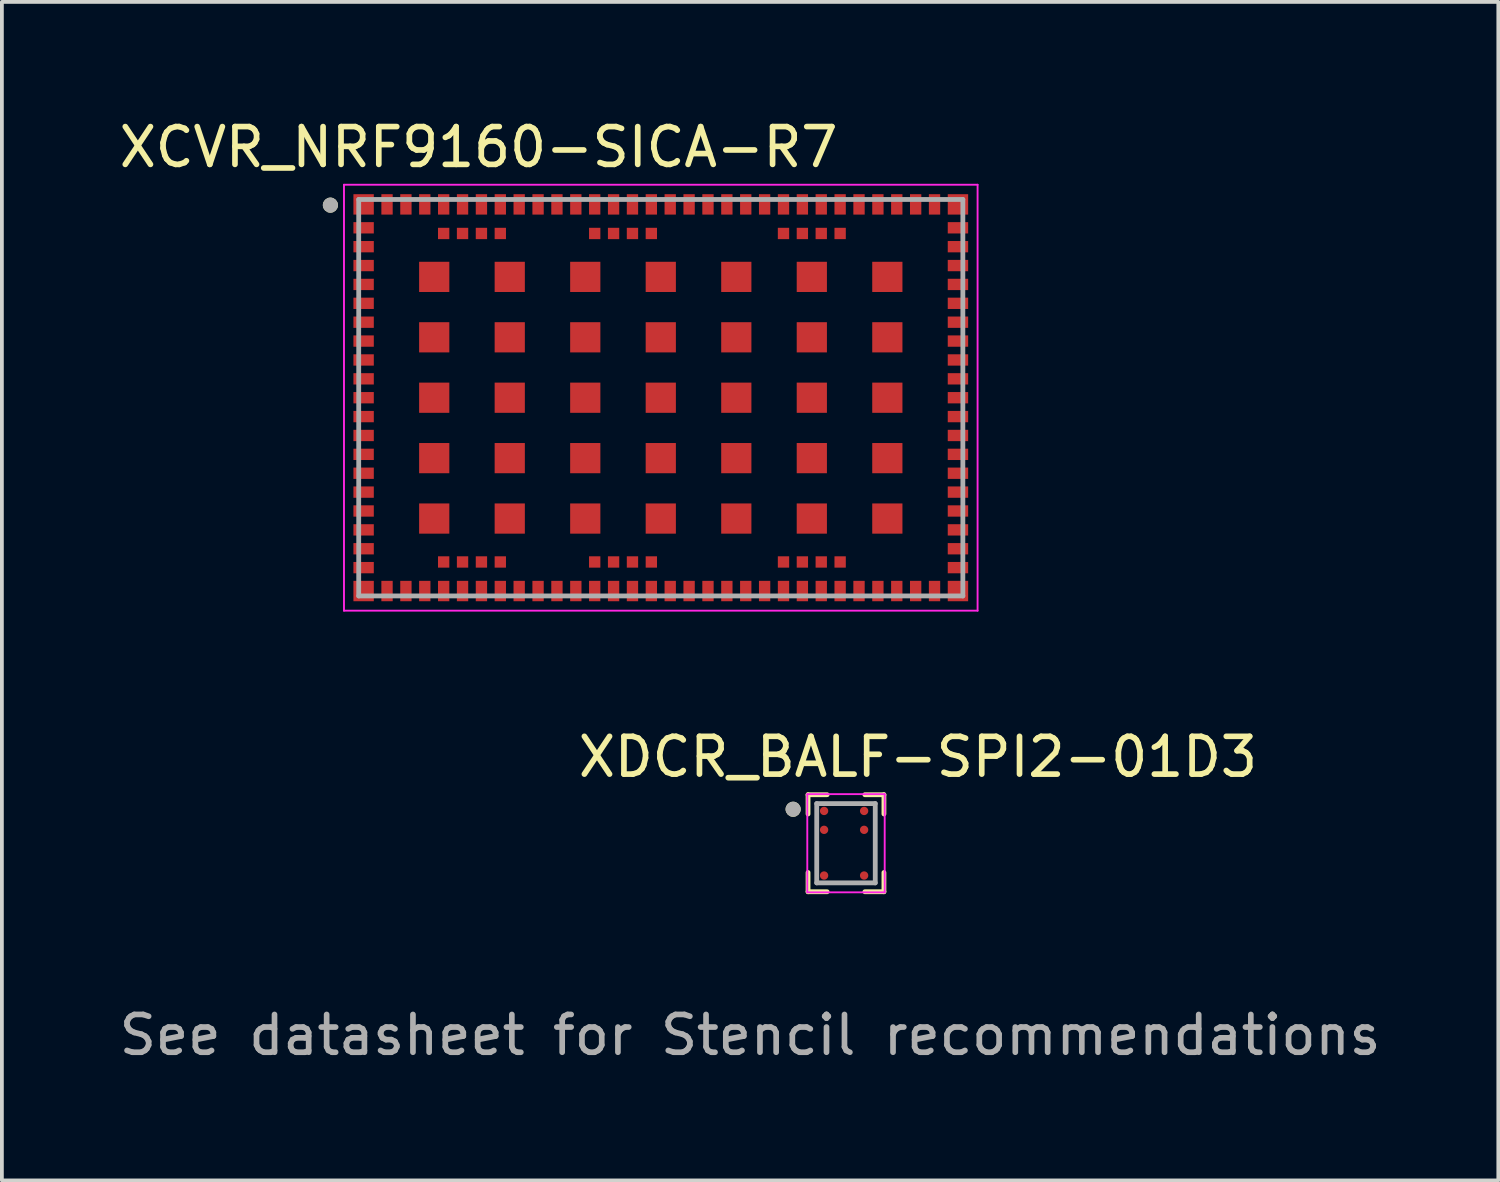
<source format=kicad_pcb>
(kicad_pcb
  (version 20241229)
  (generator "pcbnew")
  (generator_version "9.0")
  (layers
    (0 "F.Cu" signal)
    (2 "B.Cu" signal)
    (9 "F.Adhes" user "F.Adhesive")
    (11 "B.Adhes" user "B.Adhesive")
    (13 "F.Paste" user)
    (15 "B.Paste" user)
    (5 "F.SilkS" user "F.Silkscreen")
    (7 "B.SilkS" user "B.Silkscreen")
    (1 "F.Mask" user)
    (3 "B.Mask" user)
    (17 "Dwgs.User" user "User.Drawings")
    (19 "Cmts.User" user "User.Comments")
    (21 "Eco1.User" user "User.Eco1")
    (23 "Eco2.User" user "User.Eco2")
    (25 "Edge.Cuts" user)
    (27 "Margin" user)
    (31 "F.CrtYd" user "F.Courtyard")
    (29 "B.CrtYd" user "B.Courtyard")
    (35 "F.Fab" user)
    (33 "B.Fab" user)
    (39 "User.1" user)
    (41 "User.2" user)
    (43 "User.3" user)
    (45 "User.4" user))
  (footprint "XCVR_NRF9160-SICA-R7"
    (layer "F.Cu")
    (at 14.45 7.483)
    (property "Reference" "XCVR_NRF9160-SICA-R7" (at -4.825 -6.635 0) (layer "F.SilkS") (effects (font (size 1 1) (thickness 0.15))))
    (attr smd)
    (fp_circle (center -8.75 -5.1) (end -8.65 -5.1) (stroke (width 0.2) (type solid)) (fill no) (layer "F.SilkS"))
    (fp_line (start -8.39 -5.64) (end 8.39 -5.64) (stroke (width 0.05) (type solid)) (layer "F.CrtYd"))
    (fp_line (start -8.39 5.64) (end -8.39 -5.64) (stroke (width 0.05) (type solid)) (layer "F.CrtYd"))
    (fp_line (start 8.39 -5.64) (end 8.39 5.64) (stroke (width 0.05) (type solid)) (layer "F.CrtYd"))
    (fp_line (start 8.39 5.64) (end -8.39 5.64) (stroke (width 0.05) (type solid)) (layer "F.CrtYd"))
    (fp_line (start -8 -5.25) (end 8 -5.25) (stroke (width 0.127) (type solid)) (layer "F.Fab"))
    (fp_line (start -8 5.25) (end -8 -5.25) (stroke (width 0.127) (type solid)) (layer "F.Fab"))
    (fp_line (start 8 -5.25) (end 8 5.25) (stroke (width 0.127) (type solid)) (layer "F.Fab"))
    (fp_line (start 8 5.25) (end -8 5.25) (stroke (width 0.127) (type solid)) (layer "F.Fab"))
    (fp_circle (center -8.75 -5.1) (end -8.65 -5.1) (stroke (width 0.2) (type solid)) (fill no) (layer "F.Fab"))
    (pad "1" smd rect (at -7.87 -5.12) (size 0.54 0.54) (layers "F.Cu" "F.Mask" "F.Paste"))
    (pad "2" smd rect (at -7.87 -4.5) (size 0.54 0.3) (layers "F.Cu" "F.Mask" "F.Paste"))
    (pad "3" smd rect (at -7.87 -4) (size 0.54 0.3) (layers "F.Cu" "F.Mask" "F.Paste"))
    (pad "4" smd rect (at -7.87 -3.5) (size 0.54 0.3) (layers "F.Cu" "F.Mask" "F.Paste"))
    (pad "5" smd rect (at -7.87 -3) (size 0.54 0.3) (layers "F.Cu" "F.Mask" "F.Paste"))
    (pad "6" smd rect (at -7.87 -2.5) (size 0.54 0.3) (layers "F.Cu" "F.Mask" "F.Paste"))
    (pad "7" smd rect (at -7.87 -2) (size 0.54 0.3) (layers "F.Cu" "F.Mask" "F.Paste"))
    (pad "8" smd rect (at -7.87 -1.5) (size 0.54 0.3) (layers "F.Cu" "F.Mask" "F.Paste"))
    (pad "9" smd rect (at -7.87 -1) (size 0.54 0.3) (layers "F.Cu" "F.Mask" "F.Paste"))
    (pad "10" smd rect (at -7.87 -0.5) (size 0.54 0.3) (layers "F.Cu" "F.Mask" "F.Paste"))
    (pad "11" smd rect (at -7.87 0) (size 0.54 0.3) (layers "F.Cu" "F.Mask" "F.Paste"))
    (pad "12" smd rect (at -7.87 0.5) (size 0.54 0.3) (layers "F.Cu" "F.Mask" "F.Paste"))
    (pad "13" smd rect (at -7.87 1) (size 0.54 0.3) (layers "F.Cu" "F.Mask" "F.Paste"))
    (pad "14" smd rect (at -7.87 1.5) (size 0.54 0.3) (layers "F.Cu" "F.Mask" "F.Paste"))
    (pad "15" smd rect (at -7.87 2) (size 0.54 0.3) (layers "F.Cu" "F.Mask" "F.Paste"))
    (pad "16" smd rect (at -7.87 2.5) (size 0.54 0.3) (layers "F.Cu" "F.Mask" "F.Paste"))
    (pad "17" smd rect (at -7.87 3) (size 0.54 0.3) (layers "F.Cu" "F.Mask" "F.Paste"))
    (pad "18" smd rect (at -7.87 3.5) (size 0.54 0.3) (layers "F.Cu" "F.Mask" "F.Paste"))
    (pad "19" smd rect (at -7.87 4) (size 0.54 0.3) (layers "F.Cu" "F.Mask" "F.Paste"))
    (pad "20" smd rect (at -7.87 4.5) (size 0.54 0.3) (layers "F.Cu" "F.Mask" "F.Paste"))
    (pad "21" smd rect (at -7.87 5.12) (size 0.54 0.54) (layers "F.Cu" "F.Mask" "F.Paste"))
    (pad "22" smd rect (at -7.25 5.12) (size 0.3 0.54) (layers "F.Cu" "F.Mask" "F.Paste"))
    (pad "23" smd rect (at -6.75 5.12) (size 0.3 0.54) (layers "F.Cu" "F.Mask" "F.Paste"))
    (pad "24" smd rect (at -6.25 5.12) (size 0.3 0.54) (layers "F.Cu" "F.Mask" "F.Paste"))
    (pad "25" smd rect (at -5.75 5.12) (size 0.3 0.54) (layers "F.Cu" "F.Mask" "F.Paste"))
    (pad "26" smd rect (at -5.25 5.12) (size 0.3 0.54) (layers "F.Cu" "F.Mask" "F.Paste"))
    (pad "27" smd rect (at -4.75 5.12) (size 0.3 0.54) (layers "F.Cu" "F.Mask" "F.Paste"))
    (pad "28" smd rect (at -4.25 5.12) (size 0.3 0.54) (layers "F.Cu" "F.Mask" "F.Paste"))
    (pad "29" smd rect (at -3.75 5.12) (size 0.3 0.54) (layers "F.Cu" "F.Mask" "F.Paste"))
    (pad "30" smd rect (at -3.25 5.12) (size 0.3 0.54) (layers "F.Cu" "F.Mask" "F.Paste"))
    (pad "31" smd rect (at -2.75 5.12) (size 0.3 0.54) (layers "F.Cu" "F.Mask" "F.Paste"))
    (pad "32" smd rect (at -2.25 5.12) (size 0.3 0.54) (layers "F.Cu" "F.Mask" "F.Paste"))
    (pad "33" smd rect (at -1.75 5.12) (size 0.3 0.54) (layers "F.Cu" "F.Mask" "F.Paste"))
    (pad "34" smd rect (at -1.25 5.12) (size 0.3 0.54) (layers "F.Cu" "F.Mask" "F.Paste"))
    (pad "35" smd rect (at -0.75 5.12) (size 0.3 0.54) (layers "F.Cu" "F.Mask" "F.Paste"))
    (pad "36" smd rect (at -0.25 5.12) (size 0.3 0.54) (layers "F.Cu" "F.Mask" "F.Paste"))
    (pad "37" smd rect (at 0.25 5.12) (size 0.3 0.54) (layers "F.Cu" "F.Mask" "F.Paste"))
    (pad "38" smd rect (at 0.75 5.12) (size 0.3 0.54) (layers "F.Cu" "F.Mask" "F.Paste"))
    (pad "39" smd rect (at 1.25 5.12) (size 0.3 0.54) (layers "F.Cu" "F.Mask" "F.Paste"))
    (pad "40" smd rect (at 1.75 5.12) (size 0.3 0.54) (layers "F.Cu" "F.Mask" "F.Paste"))
    (pad "41" smd rect (at 2.25 5.12) (size 0.3 0.54) (layers "F.Cu" "F.Mask" "F.Paste"))
    (pad "42" smd rect (at 2.75 5.12) (size 0.3 0.54) (layers "F.Cu" "F.Mask" "F.Paste"))
    (pad "43" smd rect (at 3.25 5.12) (size 0.3 0.54) (layers "F.Cu" "F.Mask" "F.Paste"))
    (pad "44" smd rect (at 3.75 5.12) (size 0.3 0.54) (layers "F.Cu" "F.Mask" "F.Paste"))
    (pad "45" smd rect (at 4.25 5.12) (size 0.3 0.54) (layers "F.Cu" "F.Mask" "F.Paste"))
    (pad "46" smd rect (at 4.75 5.12) (size 0.3 0.54) (layers "F.Cu" "F.Mask" "F.Paste"))
    (pad "47" smd rect (at 5.25 5.12) (size 0.3 0.54) (layers "F.Cu" "F.Mask" "F.Paste"))
    (pad "48" smd rect (at 5.75 5.12) (size 0.3 0.54) (layers "F.Cu" "F.Mask" "F.Paste"))
    (pad "49" smd rect (at 6.25 5.12) (size 0.3 0.54) (layers "F.Cu" "F.Mask" "F.Paste"))
    (pad "50" smd rect (at 6.75 5.12) (size 0.3 0.54) (layers "F.Cu" "F.Mask" "F.Paste"))
    (pad "51" smd rect (at 7.25 5.12) (size 0.3 0.54) (layers "F.Cu" "F.Mask" "F.Paste"))
    (pad "52" smd rect (at 7.87 5.12) (size 0.54 0.54) (layers "F.Cu" "F.Mask" "F.Paste"))
    (pad "53" smd rect (at 7.87 4.5) (size 0.54 0.3) (layers "F.Cu" "F.Mask" "F.Paste"))
    (pad "54" smd rect (at 7.87 4) (size 0.54 0.3) (layers "F.Cu" "F.Mask" "F.Paste"))
    (pad "55" smd rect (at 7.87 3.5) (size 0.54 0.3) (layers "F.Cu" "F.Mask" "F.Paste"))
    (pad "56" smd rect (at 7.87 3) (size 0.54 0.3) (layers "F.Cu" "F.Mask" "F.Paste"))
    (pad "57" smd rect (at 7.87 2.5) (size 0.54 0.3) (layers "F.Cu" "F.Mask" "F.Paste"))
    (pad "58" smd rect (at 7.87 2) (size 0.54 0.3) (layers "F.Cu" "F.Mask" "F.Paste"))
    (pad "59" smd rect (at 7.87 1.5) (size 0.54 0.3) (layers "F.Cu" "F.Mask" "F.Paste"))
    (pad "60" smd rect (at 7.87 1) (size 0.54 0.3) (layers "F.Cu" "F.Mask" "F.Paste"))
    (pad "61" smd rect (at 7.87 0.5) (size 0.54 0.3) (layers "F.Cu" "F.Mask" "F.Paste"))
    (pad "62" smd rect (at 7.87 0) (size 0.54 0.3) (layers "F.Cu" "F.Mask" "F.Paste"))
    (pad "63" smd rect (at 7.87 -0.5) (size 0.54 0.3) (layers "F.Cu" "F.Mask" "F.Paste"))
    (pad "64" smd rect (at 7.87 -1) (size 0.54 0.3) (layers "F.Cu" "F.Mask" "F.Paste"))
    (pad "65" smd rect (at 7.87 -1.5) (size 0.54 0.3) (layers "F.Cu" "F.Mask" "F.Paste"))
    (pad "66" smd rect (at 7.87 -2) (size 0.54 0.3) (layers "F.Cu" "F.Mask" "F.Paste"))
    (pad "67" smd rect (at 7.87 -2.5) (size 0.54 0.3) (layers "F.Cu" "F.Mask" "F.Paste"))
    (pad "68" smd rect (at 7.87 -3) (size 0.54 0.3) (layers "F.Cu" "F.Mask" "F.Paste"))
    (pad "69" smd rect (at 7.87 -3.5) (size 0.54 0.3) (layers "F.Cu" "F.Mask" "F.Paste"))
    (pad "70" smd rect (at 7.87 -4) (size 0.54 0.3) (layers "F.Cu" "F.Mask" "F.Paste"))
    (pad "71" smd rect (at 7.87 -4.5) (size 0.54 0.3) (layers "F.Cu" "F.Mask" "F.Paste"))
    (pad "72" smd rect (at 7.87 -5.12) (size 0.54 0.54) (layers "F.Cu" "F.Mask" "F.Paste"))
    (pad "73" smd rect (at 7.25 -5.12) (size 0.3 0.54) (layers "F.Cu" "F.Mask" "F.Paste"))
    (pad "74" smd rect (at 6.75 -5.12) (size 0.3 0.54) (layers "F.Cu" "F.Mask" "F.Paste"))
    (pad "75" smd rect (at 6.25 -5.12) (size 0.3 0.54) (layers "F.Cu" "F.Mask" "F.Paste"))
    (pad "76" smd rect (at 5.75 -5.12) (size 0.3 0.54) (layers "F.Cu" "F.Mask" "F.Paste"))
    (pad "77" smd rect (at 5.25 -5.12) (size 0.3 0.54) (layers "F.Cu" "F.Mask" "F.Paste"))
    (pad "78" smd rect (at 4.75 -5.12) (size 0.3 0.54) (layers "F.Cu" "F.Mask" "F.Paste"))
    (pad "79" smd rect (at 4.25 -5.12) (size 0.3 0.54) (layers "F.Cu" "F.Mask" "F.Paste"))
    (pad "80" smd rect (at 3.75 -5.12) (size 0.3 0.54) (layers "F.Cu" "F.Mask" "F.Paste"))
    (pad "81" smd rect (at 3.25 -5.12) (size 0.3 0.54) (layers "F.Cu" "F.Mask" "F.Paste"))
    (pad "82" smd rect (at 2.75 -5.12) (size 0.3 0.54) (layers "F.Cu" "F.Mask" "F.Paste"))
    (pad "83" smd rect (at 2.25 -5.12) (size 0.3 0.54) (layers "F.Cu" "F.Mask" "F.Paste"))
    (pad "84" smd rect (at 1.75 -5.12) (size 0.3 0.54) (layers "F.Cu" "F.Mask" "F.Paste"))
    (pad "85" smd rect (at 1.25 -5.12) (size 0.3 0.54) (layers "F.Cu" "F.Mask" "F.Paste"))
    (pad "86" smd rect (at 0.75 -5.12) (size 0.3 0.54) (layers "F.Cu" "F.Mask" "F.Paste"))
    (pad "87" smd rect (at 0.25 -5.12) (size 0.3 0.54) (layers "F.Cu" "F.Mask" "F.Paste"))
    (pad "88" smd rect (at -0.25 -5.12) (size 0.3 0.54) (layers "F.Cu" "F.Mask" "F.Paste"))
    (pad "89" smd rect (at -0.75 -5.12) (size 0.3 0.54) (layers "F.Cu" "F.Mask" "F.Paste"))
    (pad "90" smd rect (at -1.25 -5.12) (size 0.3 0.54) (layers "F.Cu" "F.Mask" "F.Paste"))
    (pad "91" smd rect (at -1.75 -5.12) (size 0.3 0.54) (layers "F.Cu" "F.Mask" "F.Paste"))
    (pad "92" smd rect (at -2.25 -5.12) (size 0.3 0.54) (layers "F.Cu" "F.Mask" "F.Paste"))
    (pad "93" smd rect (at -2.75 -5.12) (size 0.3 0.54) (layers "F.Cu" "F.Mask" "F.Paste"))
    (pad "94" smd rect (at -3.25 -5.12) (size 0.3 0.54) (layers "F.Cu" "F.Mask" "F.Paste"))
    (pad "95" smd rect (at -3.75 -5.12) (size 0.3 0.54) (layers "F.Cu" "F.Mask" "F.Paste"))
    (pad "96" smd rect (at -4.25 -5.12) (size 0.3 0.54) (layers "F.Cu" "F.Mask" "F.Paste"))
    (pad "97" smd rect (at -4.75 -5.12) (size 0.3 0.54) (layers "F.Cu" "F.Mask" "F.Paste"))
    (pad "98" smd rect (at -5.25 -5.12) (size 0.3 0.54) (layers "F.Cu" "F.Mask" "F.Paste"))
    (pad "99" smd rect (at -5.75 -5.12) (size 0.3 0.54) (layers "F.Cu" "F.Mask" "F.Paste"))
    (pad "100" smd rect (at -6.25 -5.12) (size 0.3 0.54) (layers "F.Cu" "F.Mask" "F.Paste"))
    (pad "101" smd rect (at -6.75 -5.12) (size 0.3 0.54) (layers "F.Cu" "F.Mask" "F.Paste"))
    (pad "102" smd rect (at -7.25 -5.12) (size 0.3 0.54) (layers "F.Cu" "F.Mask" "F.Paste"))
    (pad "103_1" smd rect (at -6 -3.2) (size 0.8 0.8) (layers "F.Cu" "F.Mask" "F.Paste"))
    (pad "103_2" smd rect (at -4 -3.2) (size 0.8 0.8) (layers "F.Cu" "F.Mask" "F.Paste"))
    (pad "103_3" smd rect (at -2 -3.2) (size 0.8 0.8) (layers "F.Cu" "F.Mask" "F.Paste"))
    (pad "103_4" smd rect (at 0 -3.2) (size 0.8 0.8) (layers "F.Cu" "F.Mask" "F.Paste"))
    (pad "103_5" smd rect (at 2 -3.2) (size 0.8 0.8) (layers "F.Cu" "F.Mask" "F.Paste"))
    (pad "103_6" smd rect (at 4 -3.2) (size 0.8 0.8) (layers "F.Cu" "F.Mask" "F.Paste"))
    (pad "103_7" smd rect (at 6 -3.2) (size 0.8 0.8) (layers "F.Cu" "F.Mask" "F.Paste"))
    (pad "103_8" smd rect (at -6 -1.6) (size 0.8 0.8) (layers "F.Cu" "F.Mask" "F.Paste"))
    (pad "103_9" smd rect (at -4 -1.6) (size 0.8 0.8) (layers "F.Cu" "F.Mask" "F.Paste"))
    (pad "103_10" smd rect (at -2 -1.6) (size 0.8 0.8) (layers "F.Cu" "F.Mask" "F.Paste"))
    (pad "103_11" smd rect (at 0 -1.6) (size 0.8 0.8) (layers "F.Cu" "F.Mask" "F.Paste"))
    (pad "103_12" smd rect (at 2 -1.6) (size 0.8 0.8) (layers "F.Cu" "F.Mask" "F.Paste"))
    (pad "103_13" smd rect (at 4 -1.6) (size 0.8 0.8) (layers "F.Cu" "F.Mask" "F.Paste"))
    (pad "103_14" smd rect (at 6 -1.6) (size 0.8 0.8) (layers "F.Cu" "F.Mask" "F.Paste"))
    (pad "103_15" smd rect (at -6 0) (size 0.8 0.8) (layers "F.Cu" "F.Mask" "F.Paste"))
    (pad "103_16" smd rect (at -4 0) (size 0.8 0.8) (layers "F.Cu" "F.Mask" "F.Paste"))
    (pad "103_17" smd rect (at -2 0) (size 0.8 0.8) (layers "F.Cu" "F.Mask" "F.Paste"))
    (pad "103_18" smd rect (at 0 0) (size 0.8 0.8) (layers "F.Cu" "F.Mask" "F.Paste"))
    (pad "103_19" smd rect (at 2 0) (size 0.8 0.8) (layers "F.Cu" "F.Mask" "F.Paste"))
    (pad "103_20" smd rect (at 4 0) (size 0.8 0.8) (layers "F.Cu" "F.Mask" "F.Paste"))
    (pad "103_21" smd rect (at 6 0) (size 0.8 0.8) (layers "F.Cu" "F.Mask" "F.Paste"))
    (pad "103_22" smd rect (at -6 1.6) (size 0.8 0.8) (layers "F.Cu" "F.Mask" "F.Paste"))
    (pad "103_23" smd rect (at -4 1.6) (size 0.8 0.8) (layers "F.Cu" "F.Mask" "F.Paste"))
    (pad "103_24" smd rect (at -2 1.6) (size 0.8 0.8) (layers "F.Cu" "F.Mask" "F.Paste"))
    (pad "103_25" smd rect (at 0 1.6) (size 0.8 0.8) (layers "F.Cu" "F.Mask" "F.Paste"))
    (pad "103_26" smd rect (at 2 1.6) (size 0.8 0.8) (layers "F.Cu" "F.Mask" "F.Paste"))
    (pad "103_27" smd rect (at 4 1.6) (size 0.8 0.8) (layers "F.Cu" "F.Mask" "F.Paste"))
    (pad "103_28" smd rect (at 6 1.6) (size 0.8 0.8) (layers "F.Cu" "F.Mask" "F.Paste"))
    (pad "103_29" smd rect (at -6 3.2) (size 0.8 0.8) (layers "F.Cu" "F.Mask" "F.Paste"))
    (pad "103_30" smd rect (at -4 3.2) (size 0.8 0.8) (layers "F.Cu" "F.Mask" "F.Paste"))
    (pad "103_31" smd rect (at -2 3.2) (size 0.8 0.8) (layers "F.Cu" "F.Mask" "F.Paste"))
    (pad "103_32" smd rect (at 0 3.2) (size 0.8 0.8) (layers "F.Cu" "F.Mask" "F.Paste"))
    (pad "103_33" smd rect (at 2 3.2) (size 0.8 0.8) (layers "F.Cu" "F.Mask" "F.Paste"))
    (pad "103_34" smd rect (at 4 3.2) (size 0.8 0.8) (layers "F.Cu" "F.Mask" "F.Paste"))
    (pad "103_35" smd rect (at 6 3.2) (size 0.8 0.8) (layers "F.Cu" "F.Mask" "F.Paste"))
    (pad "104" smd rect (at -5.75 4.35) (size 0.3 0.3) (layers "F.Cu" "F.Mask" "F.Paste"))
    (pad "105" smd rect (at -5.25 4.35) (size 0.3 0.3) (layers "F.Cu" "F.Mask" "F.Paste"))
    (pad "106" smd rect (at -4.75 4.35) (size 0.3 0.3) (layers "F.Cu" "F.Mask" "F.Paste"))
    (pad "107" smd rect (at -4.25 4.35) (size 0.3 0.3) (layers "F.Cu" "F.Mask" "F.Paste"))
    (pad "108" smd rect (at -1.75 4.35) (size 0.3 0.3) (layers "F.Cu" "F.Mask" "F.Paste"))
    (pad "109" smd rect (at -1.25 4.35) (size 0.3 0.3) (layers "F.Cu" "F.Mask" "F.Paste"))
    (pad "110" smd rect (at -0.75 4.35) (size 0.3 0.3) (layers "F.Cu" "F.Mask" "F.Paste"))
    (pad "111" smd rect (at -0.25 4.35) (size 0.3 0.3) (layers "F.Cu" "F.Mask" "F.Paste"))
    (pad "112" smd rect (at 3.25 4.35) (size 0.3 0.3) (layers "F.Cu" "F.Mask" "F.Paste"))
    (pad "113" smd rect (at 3.75 4.35) (size 0.3 0.3) (layers "F.Cu" "F.Mask" "F.Paste"))
    (pad "114" smd rect (at 4.25 4.35) (size 0.3 0.3) (layers "F.Cu" "F.Mask" "F.Paste"))
    (pad "115" smd rect (at 4.75 4.35) (size 0.3 0.3) (layers "F.Cu" "F.Mask" "F.Paste"))
    (pad "116" smd rect (at 4.75 -4.35) (size 0.3 0.3) (layers "F.Cu" "F.Mask" "F.Paste"))
    (pad "117" smd rect (at 4.25 -4.35) (size 0.3 0.3) (layers "F.Cu" "F.Mask" "F.Paste"))
    (pad "118" smd rect (at 3.75 -4.35) (size 0.3 0.3) (layers "F.Cu" "F.Mask" "F.Paste"))
    (pad "119" smd rect (at 3.25 -4.35) (size 0.3 0.3) (layers "F.Cu" "F.Mask" "F.Paste"))
    (pad "120" smd rect (at -0.25 -4.35) (size 0.3 0.3) (layers "F.Cu" "F.Mask" "F.Paste"))
    (pad "121" smd rect (at -0.75 -4.35) (size 0.3 0.3) (layers "F.Cu" "F.Mask" "F.Paste"))
    (pad "122" smd rect (at -1.25 -4.35) (size 0.3 0.3) (layers "F.Cu" "F.Mask" "F.Paste"))
    (pad "123" smd rect (at -1.75 -4.35) (size 0.3 0.3) (layers "F.Cu" "F.Mask" "F.Paste"))
    (pad "124" smd rect (at -4.25 -4.35) (size 0.3 0.3) (layers "F.Cu" "F.Mask" "F.Paste"))
    (pad "125" smd rect (at -4.75 -4.35) (size 0.3 0.3) (layers "F.Cu" "F.Mask" "F.Paste"))
    (pad "126" smd rect (at -5.25 -4.35) (size 0.3 0.3) (layers "F.Cu" "F.Mask" "F.Paste"))
    (pad "127" smd rect (at -5.75 -4.35) (size 0.3 0.3) (layers "F.Cu" "F.Mask" "F.Paste")))
  (footprint "XDCR_BALF-SPI2-01D3"
    (layer "F.Cu")
    (at 19.355 19.282)
    (property "Reference" "XDCR_BALF-SPI2-01D3" (at 1.905 -2.286 0) (layer "F.SilkS") (effects (font (size 1 1) (thickness 0.15))))
    (attr smd)
    (fp_circle (center -0.58 -0.855) (end -0.42 -0.855) (stroke (width 0) (type solid)) (fill yes) (layer "F.Mask"))
    (fp_circle (center -0.58 -0.355) (end -0.42 -0.355) (stroke (width 0) (type solid)) (fill yes) (layer "F.Mask"))
    (fp_circle (center -0.58 0.855) (end -0.42 0.855) (stroke (width 0) (type solid)) (fill yes) (layer "F.Mask"))
    (fp_circle (center 0.48 -0.855) (end 0.64 -0.855) (stroke (width 0) (type solid)) (fill yes) (layer "F.Mask"))
    (fp_circle (center 0.48 -0.355) (end 0.64 -0.355) (stroke (width 0) (type solid)) (fill yes) (layer "F.Mask"))
    (fp_circle (center 0.48 0.855) (end 0.64 0.855) (stroke (width 0) (type solid)) (fill yes) (layer "F.Mask"))
    (fp_line (start -1.005 -1.285) (end -1.005 -0.775) (stroke (width 0.127) (type solid)) (layer "F.SilkS"))
    (fp_line (start -1.005 1.285) (end -1.005 0.775) (stroke (width 0.127) (type solid)) (layer "F.SilkS"))
    (fp_line (start -0.5 -1.285) (end -1.005 -1.285) (stroke (width 0.127) (type solid)) (layer "F.SilkS"))
    (fp_line (start -0.5 1.285) (end -1.005 1.285) (stroke (width 0.127) (type solid)) (layer "F.SilkS"))
    (fp_line (start 0.5 -1.285) (end 1.005 -1.285) (stroke (width 0.127) (type solid)) (layer "F.SilkS"))
    (fp_line (start 0.5 1.285) (end 1.005 1.285) (stroke (width 0.127) (type solid)) (layer "F.SilkS"))
    (fp_line (start 1.005 -1.285) (end 1.005 -0.775) (stroke (width 0.127) (type solid)) (layer "F.SilkS"))
    (fp_line (start 1.005 1.285) (end 1.005 0.775) (stroke (width 0.127) (type solid)) (layer "F.SilkS"))
    (fp_circle (center -1.4 -0.9) (end -1.3 -0.9) (stroke (width 0.2) (type solid)) (fill no) (layer "F.SilkS"))
    (fp_line (start -1.025 -1.3) (end 1.025 -1.3) (stroke (width 0.05) (type solid)) (layer "F.CrtYd"))
    (fp_line (start -1.025 1.3) (end -1.025 -1.3) (stroke (width 0.05) (type solid)) (layer "F.CrtYd"))
    (fp_line (start 1.025 -1.3) (end 1.025 1.3) (stroke (width 0.05) (type solid)) (layer "F.CrtYd"))
    (fp_line (start 1.025 1.3) (end -1.025 1.3) (stroke (width 0.05) (type solid)) (layer "F.CrtYd"))
    (fp_line (start -0.775 -1.05) (end 0.775 -1.05) (stroke (width 0.127) (type solid)) (layer "F.Fab"))
    (fp_line (start -0.775 1.05) (end -0.775 -1.05) (stroke (width 0.127) (type solid)) (layer "F.Fab"))
    (fp_line (start 0.775 -1.05) (end 0.775 1.05) (stroke (width 0.127) (type solid)) (layer "F.Fab"))
    (fp_line (start 0.775 1.05) (end -0.775 1.05) (stroke (width 0.127) (type solid)) (layer "F.Fab"))
    (fp_circle (center -1.4 -0.9) (end -1.3 -0.9) (stroke (width 0.2) (type solid)) (fill no) (layer "F.Fab"))
    (fp_text user "See datasheet for Stencil recommendations" (at -2.54 5.08 0) (layer "F.Fab") (effects (font (size 1 1) (thickness 0.15))))
    (pad "A1" smd circle (at -0.58 -0.855) (size 0.22 0.22) (layers "F.Cu" "F.Paste"))
    (pad "A2" smd circle (at 0.48 -0.855) (size 0.22 0.22) (layers "F.Cu" "F.Paste"))
    (pad "B1" smd circle (at -0.58 -0.355) (size 0.22 0.22) (layers "F.Cu" "F.Paste"))
    (pad "B2" smd circle (at 0.48 -0.355) (size 0.22 0.22) (layers "F.Cu" "F.Paste"))
    (pad "C1" smd circle (at -0.58 0.855) (size 0.22 0.22) (layers "F.Cu" "F.Paste"))
    (pad "C2" smd circle (at 0.48 0.855) (size 0.22 0.22) (layers "F.Cu" "F.Paste")))
  (gr_rect
    (start -3 -3)
    (end 36.631 28.211)
    (stroke (width 0.1) (type default))
    (fill no)
    (layer "Edge.Cuts")))
</source>
